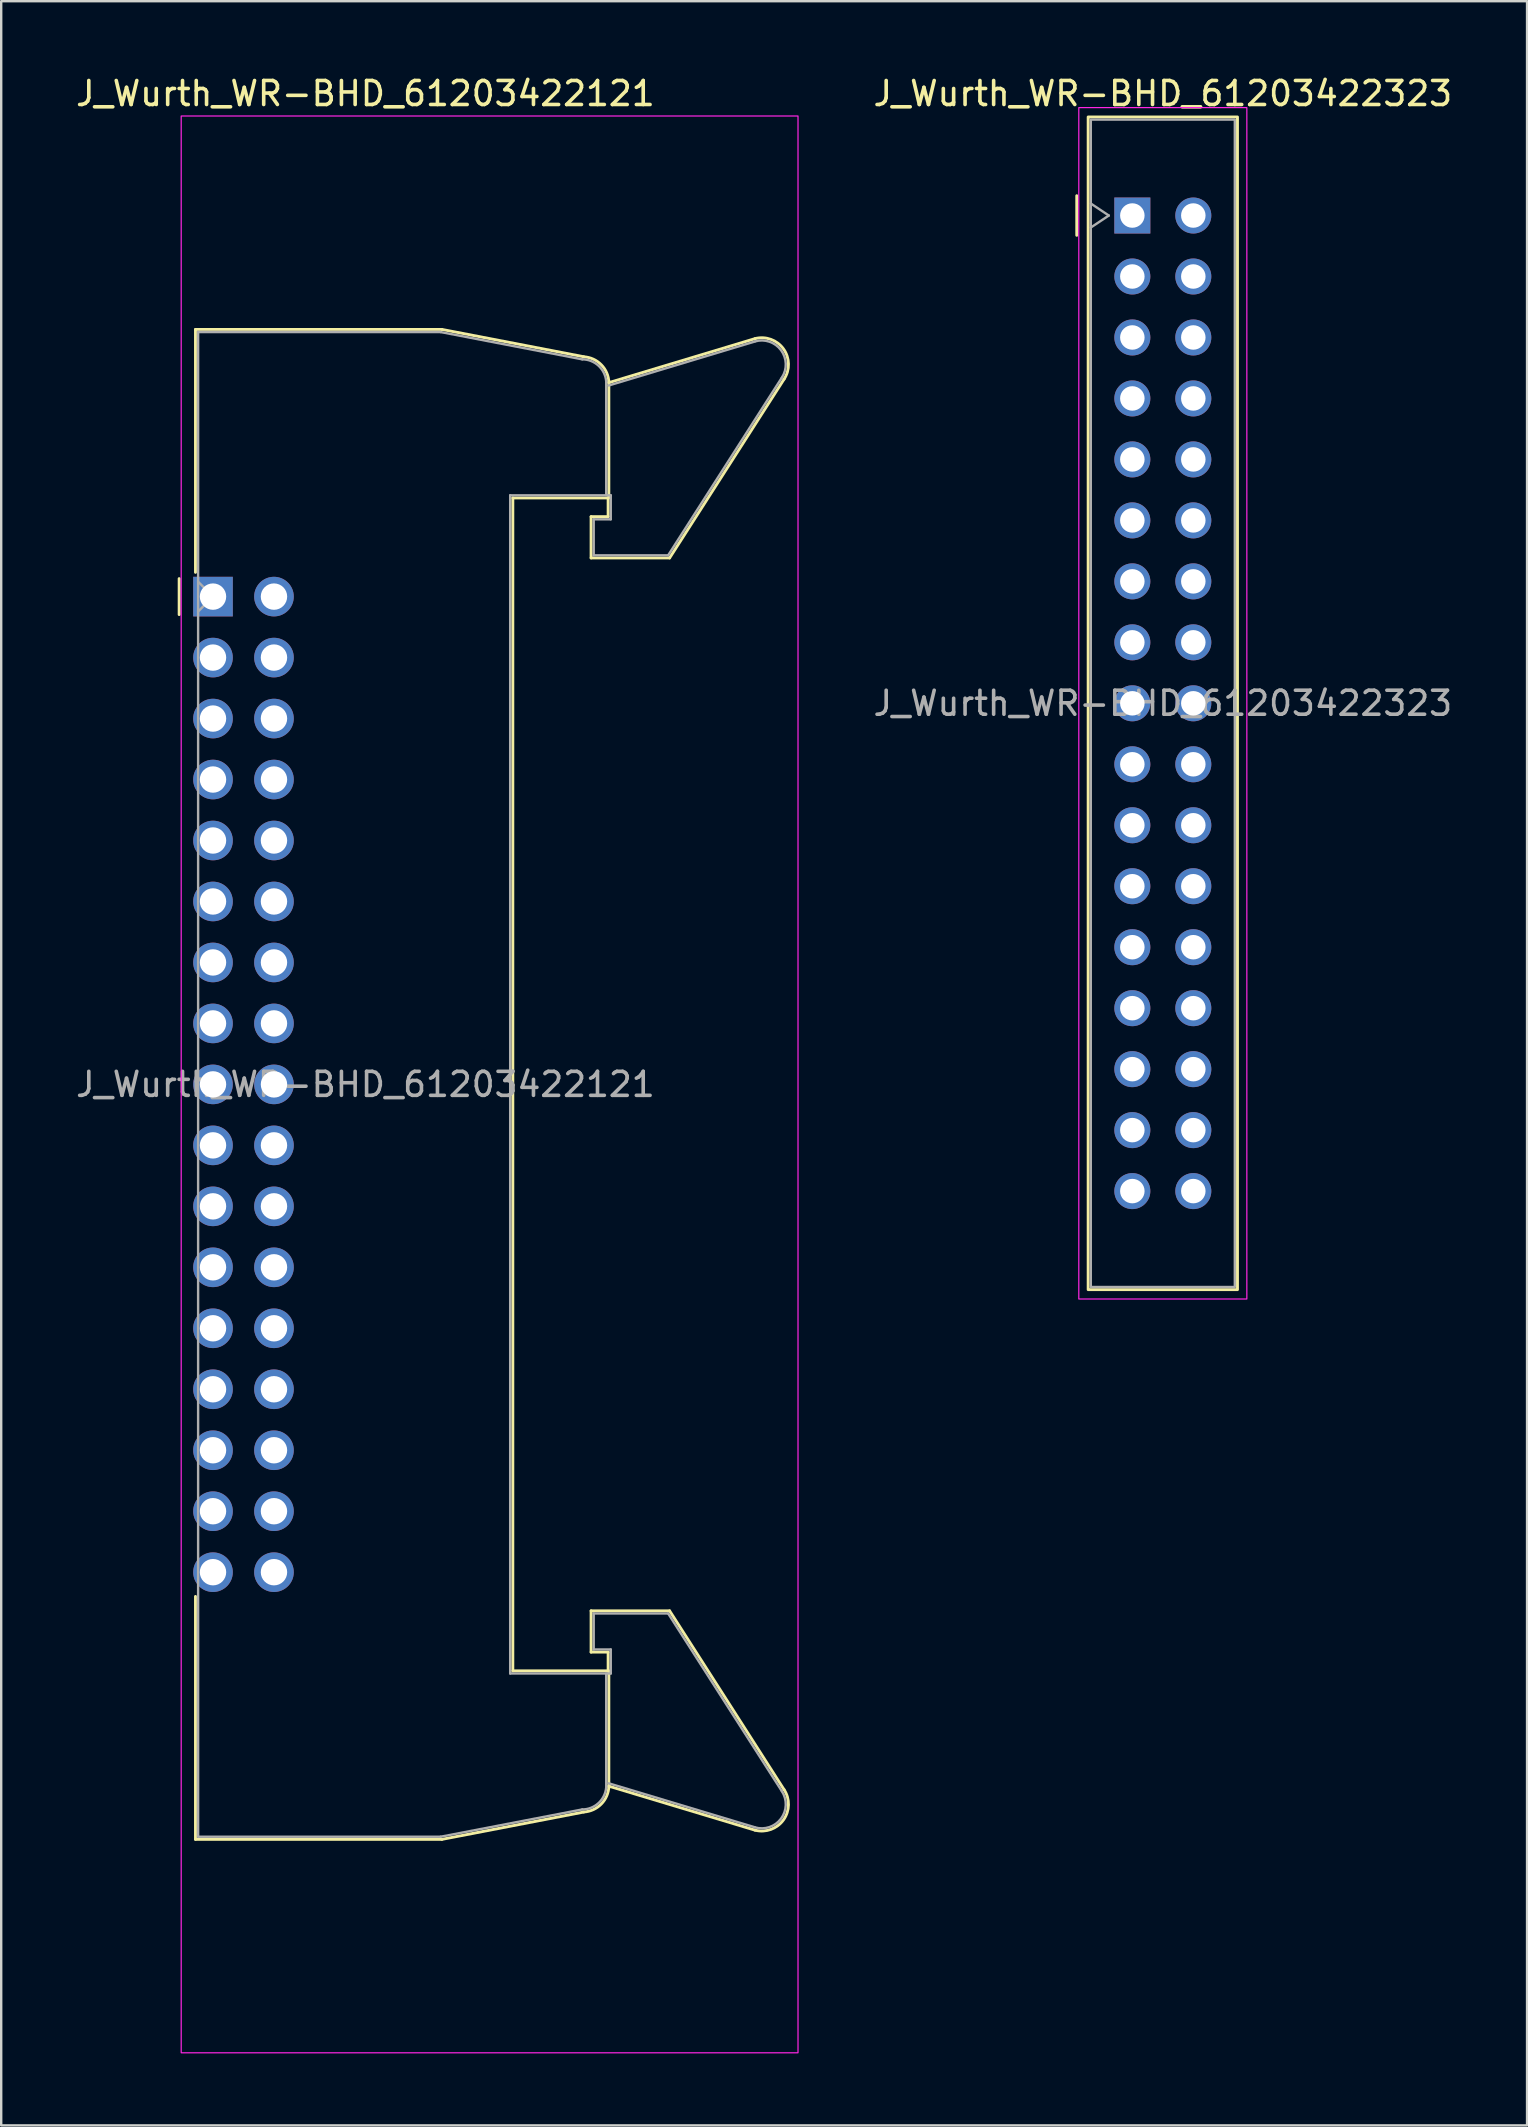
<source format=kicad_pcb>
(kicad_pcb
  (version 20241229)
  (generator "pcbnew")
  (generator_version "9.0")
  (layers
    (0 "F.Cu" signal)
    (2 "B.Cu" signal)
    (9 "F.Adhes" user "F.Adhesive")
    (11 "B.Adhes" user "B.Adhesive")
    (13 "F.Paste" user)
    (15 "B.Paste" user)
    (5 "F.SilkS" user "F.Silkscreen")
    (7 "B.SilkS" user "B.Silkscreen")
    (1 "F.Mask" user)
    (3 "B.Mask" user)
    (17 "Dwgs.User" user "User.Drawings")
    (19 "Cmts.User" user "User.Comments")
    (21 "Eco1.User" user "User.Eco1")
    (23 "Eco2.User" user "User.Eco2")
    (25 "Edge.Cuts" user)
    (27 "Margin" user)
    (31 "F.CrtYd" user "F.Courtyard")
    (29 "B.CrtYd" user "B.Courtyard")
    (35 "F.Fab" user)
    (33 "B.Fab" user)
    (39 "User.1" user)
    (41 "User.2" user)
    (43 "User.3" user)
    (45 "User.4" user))
  (footprint "J_Wurth_WR-BHD_61203422323"
    (layer "F.Cu")
    (at 44.12 5.928)
    (property "Reference" "J_Wurth_WR-BHD_61203422323" (at 1.27 -5.08 0) (unlocked yes) (layer "F.SilkS") (effects (font (size 1 1) (thickness 0.15))))
    (attr through_hole)
    (fp_line (start -2.315 -0.825) (end -2.315 0.825) (stroke (width 0.12) (type solid)) (layer "F.SilkS"))
    (fp_rect (start -1.84 -4.105) (end 4.38 44.745) (stroke (width 0.12) (type solid)) (fill no) (layer "F.SilkS"))
    (fp_rect (start -2.23 -4.495) (end 4.77 45.135) (stroke (width 0.05) (type solid)) (fill no) (layer "F.CrtYd"))
    (fp_line (start -0.98 0) (end -1.73 -0.5) (stroke (width 0.1) (type solid)) (layer "F.Fab"))
    (fp_line (start -0.98 0) (end -1.73 0.5) (stroke (width 0.1) (type solid)) (layer "F.Fab"))
    (fp_rect (start -1.73 -3.995) (end 4.27 44.635) (stroke (width 0.1) (type solid)) (fill no) (layer "F.Fab"))
    (fp_text user "${REFERENCE}" (at 1.27 20.32 0) (unlocked yes) (layer "F.Fab") (effects (font (size 1 1) (thickness 0.15))))
    (pad "1" thru_hole rect (at 0 0 270) (size 1.5 1.5) (drill 1.02) (layers "*.Cu" "*.Mask"))
    (pad "2" thru_hole circle (at 2.54 0 270) (size 1.5 1.5) (drill 1.02) (layers "*.Cu" "*.Mask"))
    (pad "3" thru_hole circle (at 0 2.54 270) (size 1.5 1.5) (drill 1.02) (layers "*.Cu" "*.Mask"))
    (pad "4" thru_hole circle (at 2.54 2.54 270) (size 1.5 1.5) (drill 1.02) (layers "*.Cu" "*.Mask"))
    (pad "5" thru_hole circle (at 0 5.08 270) (size 1.5 1.5) (drill 1.02) (layers "*.Cu" "*.Mask"))
    (pad "6" thru_hole circle (at 2.54 5.08 270) (size 1.5 1.5) (drill 1.02) (layers "*.Cu" "*.Mask"))
    (pad "7" thru_hole circle (at 0 7.62 270) (size 1.5 1.5) (drill 1.02) (layers "*.Cu" "*.Mask"))
    (pad "8" thru_hole circle (at 2.54 7.62 270) (size 1.5 1.5) (drill 1.02) (layers "*.Cu" "*.Mask"))
    (pad "9" thru_hole circle (at 0 10.16 270) (size 1.5 1.5) (drill 1.02) (layers "*.Cu" "*.Mask"))
    (pad "10" thru_hole circle (at 2.54 10.16 270) (size 1.5 1.5) (drill 1.02) (layers "*.Cu" "*.Mask"))
    (pad "11" thru_hole circle (at 0 12.7 270) (size 1.5 1.5) (drill 1.02) (layers "*.Cu" "*.Mask"))
    (pad "12" thru_hole circle (at 2.54 12.7 270) (size 1.5 1.5) (drill 1.02) (layers "*.Cu" "*.Mask"))
    (pad "13" thru_hole circle (at 0 15.24 270) (size 1.5 1.5) (drill 1.02) (layers "*.Cu" "*.Mask"))
    (pad "14" thru_hole circle (at 2.54 15.24 270) (size 1.5 1.5) (drill 1.02) (layers "*.Cu" "*.Mask"))
    (pad "15" thru_hole circle (at 0 17.78 270) (size 1.5 1.5) (drill 1.02) (layers "*.Cu" "*.Mask"))
    (pad "16" thru_hole circle (at 2.54 17.78 270) (size 1.5 1.5) (drill 1.02) (layers "*.Cu" "*.Mask"))
    (pad "17" thru_hole circle (at 0 20.32 270) (size 1.5 1.5) (drill 1.02) (layers "*.Cu" "*.Mask"))
    (pad "18" thru_hole circle (at 2.54 20.32 270) (size 1.5 1.5) (drill 1.02) (layers "*.Cu" "*.Mask"))
    (pad "19" thru_hole circle (at 0 22.86 270) (size 1.5 1.5) (drill 1.02) (layers "*.Cu" "*.Mask"))
    (pad "20" thru_hole circle (at 2.54 22.86 270) (size 1.5 1.5) (drill 1.02) (layers "*.Cu" "*.Mask"))
    (pad "21" thru_hole circle (at 0 25.4 270) (size 1.5 1.5) (drill 1.02) (layers "*.Cu" "*.Mask"))
    (pad "22" thru_hole circle (at 2.54 25.4 270) (size 1.5 1.5) (drill 1.02) (layers "*.Cu" "*.Mask"))
    (pad "23" thru_hole circle (at 0 27.94 270) (size 1.5 1.5) (drill 1.02) (layers "*.Cu" "*.Mask"))
    (pad "24" thru_hole circle (at 2.54 27.94 270) (size 1.5 1.5) (drill 1.02) (layers "*.Cu" "*.Mask"))
    (pad "25" thru_hole circle (at 0 30.48 270) (size 1.5 1.5) (drill 1.02) (layers "*.Cu" "*.Mask"))
    (pad "26" thru_hole circle (at 2.54 30.48 270) (size 1.5 1.5) (drill 1.02) (layers "*.Cu" "*.Mask"))
    (pad "27" thru_hole circle (at 0 33.02 270) (size 1.5 1.5) (drill 1.02) (layers "*.Cu" "*.Mask"))
    (pad "28" thru_hole circle (at 2.54 33.02 270) (size 1.5 1.5) (drill 1.02) (layers "*.Cu" "*.Mask"))
    (pad "29" thru_hole circle (at 0 35.56 270) (size 1.5 1.5) (drill 1.02) (layers "*.Cu" "*.Mask"))
    (pad "30" thru_hole circle (at 2.54 35.56 270) (size 1.5 1.5) (drill 1.02) (layers "*.Cu" "*.Mask"))
    (pad "31" thru_hole circle (at 0 38.1 270) (size 1.5 1.5) (drill 1.02) (layers "*.Cu" "*.Mask"))
    (pad "32" thru_hole circle (at 2.54 38.1 270) (size 1.5 1.5) (drill 1.02) (layers "*.Cu" "*.Mask"))
    (pad "33" thru_hole circle (at 0 40.64 270) (size 1.5 1.5) (drill 1.02) (layers "*.Cu" "*.Mask"))
    (pad "34" thru_hole circle (at 2.54 40.64 270) (size 1.5 1.5) (drill 1.02) (layers "*.Cu" "*.Mask")))
  (footprint "J_Wurth_WR-BHD_61203422121"
    (layer "F.Cu")
    (at 5.823 21.803)
    (property "Reference" "J_Wurth_WR-BHD_61203422121" (at 6.35 -20.955 0) (unlocked yes) (layer "F.SilkS") (effects (font (size 1 1) (thickness 0.15))))
    (attr through_hole)
    (fp_line (start -1.41 -0.75) (end -1.41 0.75) (stroke (width 0.12) (type solid)) (layer "F.SilkS"))
    (fp_line (start -0.73 -11.13) (end -0.73 -1.01) (stroke (width 0.12) (type solid)) (layer "F.SilkS"))
    (fp_line (start -0.73 -11.13) (end 9.534 -11.13) (stroke (width 0.12) (type solid)) (layer "F.SilkS"))
    (fp_line (start -0.73 51.77) (end -0.73 41.65) (stroke (width 0.12) (type solid)) (layer "F.SilkS"))
    (fp_line (start -0.73 51.77) (end 9.534 51.77) (stroke (width 0.12) (type solid)) (layer "F.SilkS"))
    (fp_line (start 9.534 -11.13) (end 15.443 -9.992) (stroke (width 0.12) (type solid)) (layer "F.SilkS"))
    (fp_line (start 9.534 51.77) (end 15.443 50.632) (stroke (width 0.12) (type solid)) (layer "F.SilkS"))
    (fp_line (start 12.49 44.75) (end 12.49 -4.11) (stroke (width 0.12) (type solid)) (layer "F.SilkS"))
    (fp_line (start 15.75 -3.33) (end 15.75 -1.61) (stroke (width 0.12) (type solid)) (layer "F.SilkS"))
    (fp_line (start 15.75 -1.61) (end 19.021 -1.61) (stroke (width 0.12) (type solid)) (layer "F.SilkS"))
    (fp_line (start 15.75 42.25) (end 19.021 42.25) (stroke (width 0.12) (type solid)) (layer "F.SilkS"))
    (fp_line (start 15.75 43.97) (end 15.75 42.25) (stroke (width 0.12) (type solid)) (layer "F.SilkS"))
    (fp_line (start 16.46 -4.11) (end 12.49 -4.11) (stroke (width 0.12) (type solid)) (layer "F.SilkS"))
    (fp_line (start 16.46 -4.11) (end 16.46 -3.33) (stroke (width 0.12) (type solid)) (layer "F.SilkS"))
    (fp_line (start 16.46 -3.33) (end 15.75 -3.33) (stroke (width 0.12) (type solid)) (layer "F.SilkS"))
    (fp_line (start 16.46 43.97) (end 15.75 43.97) (stroke (width 0.12) (type solid)) (layer "F.SilkS"))
    (fp_line (start 16.46 44.75) (end 12.49 44.75) (stroke (width 0.12) (type solid)) (layer "F.SilkS"))
    (fp_line (start 16.46 44.75) (end 16.46 43.97) (stroke (width 0.12) (type solid)) (layer "F.SilkS"))
    (fp_line (start 16.49 -8.975) (end 16.49 -4.11) (stroke (width 0.12) (type solid)) (layer "F.SilkS"))
    (fp_line (start 16.49 49.615) (end 16.49 44.75) (stroke (width 0.12) (type solid)) (layer "F.SilkS"))
    (fp_line (start 19.021 -1.61) (end 23.789 -9.059) (stroke (width 0.12) (type solid)) (layer "F.SilkS"))
    (fp_line (start 19.021 42.25) (end 23.789 49.699) (stroke (width 0.12) (type solid)) (layer "F.SilkS"))
    (fp_line (start 22.581 -10.747) (end 16.491 -8.914) (stroke (width 0.12) (type solid)) (layer "F.SilkS"))
    (fp_line (start 22.581 51.387) (end 16.491 49.554) (stroke (width 0.12) (type solid)) (layer "F.SilkS"))
    (fp_arc (start 15.442979 -9.98974) (mid 16.176162 -9.655638) (end 16.491006 -8.913981) (stroke (width 0.12) (type solid)) (layer "F.SilkS"))
    (fp_arc (start 16.491006 49.553981) (mid 16.176162 50.295638) (end 15.442979 50.62974) (stroke (width 0.12) (type solid)) (layer "F.SilkS"))
    (fp_arc (start 22.581 -10.747) (mid 23.764714 -10.317505) (end 23.789444 -9.058524) (stroke (width 0.12) (type solid)) (layer "F.SilkS"))
    (fp_arc (start 23.789444 49.698524) (mid 23.764714 50.957505) (end 22.581 51.387) (stroke (width 0.12) (type solid)) (layer "F.SilkS"))
    (fp_rect (start -1.325 -20.02) (end 24.37 60.66) (stroke (width 0.05) (type solid)) (fill no) (layer "F.CrtYd"))
    (fp_line (start -0.62 -11.02) (end 9.484 -11.02) (stroke (width 0.1) (type solid)) (layer "F.Fab"))
    (fp_line (start -0.62 51.66) (end -0.62 -11.02) (stroke (width 0.1) (type solid)) (layer "F.Fab"))
    (fp_line (start -0.62 51.66) (end 9.484 51.66) (stroke (width 0.1) (type solid)) (layer "F.Fab"))
    (fp_line (start 0 0) (end -0.62 -0.62) (stroke (width 0.1) (type solid)) (layer "F.Fab"))
    (fp_line (start 0 0) (end -0.62 0.62) (stroke (width 0.1) (type solid)) (layer "F.Fab"))
    (fp_line (start 9.484 -11.02) (end 15.381 -9.884) (stroke (width 0.1) (type solid)) (layer "F.Fab"))
    (fp_line (start 9.484 51.66) (end 15.381 50.524) (stroke (width 0.1) (type solid)) (layer "F.Fab"))
    (fp_line (start 12.38 44.86) (end 12.38 -4.22) (stroke (width 0.1) (type solid)) (layer "F.Fab"))
    (fp_line (start 15.86 -1.72) (end 15.86 -3.22) (stroke (width 0.1) (type solid)) (layer "F.Fab"))
    (fp_line (start 15.86 -1.72) (end 18.96 -1.72) (stroke (width 0.1) (type solid)) (layer "F.Fab"))
    (fp_line (start 15.86 42.36) (end 18.96 42.36) (stroke (width 0.1) (type solid)) (layer "F.Fab"))
    (fp_line (start 15.86 43.86) (end 15.86 42.36) (stroke (width 0.1) (type solid)) (layer "F.Fab"))
    (fp_line (start 16.38 -8.975) (end 16.38 -4.22) (stroke (width 0.1) (type solid)) (layer "F.Fab"))
    (fp_line (start 16.38 49.615) (end 16.38 44.86) (stroke (width 0.1) (type solid)) (layer "F.Fab"))
    (fp_line (start 16.57 -4.22) (end 12.38 -4.22) (stroke (width 0.1) (type solid)) (layer "F.Fab"))
    (fp_line (start 16.57 -4.22) (end 16.57 -3.22) (stroke (width 0.1) (type solid)) (layer "F.Fab"))
    (fp_line (start 16.57 -3.22) (end 15.86 -3.22) (stroke (width 0.1) (type solid)) (layer "F.Fab"))
    (fp_line (start 16.57 43.86) (end 15.86 43.86) (stroke (width 0.1) (type solid)) (layer "F.Fab"))
    (fp_line (start 16.57 44.86) (end 12.38 44.86) (stroke (width 0.1) (type solid)) (layer "F.Fab"))
    (fp_line (start 16.57 44.86) (end 16.57 43.86) (stroke (width 0.1) (type solid)) (layer "F.Fab"))
    (fp_line (start 18.96 -1.72) (end 23.696 -9.12) (stroke (width 0.1) (type solid)) (layer "F.Fab"))
    (fp_line (start 18.96 42.36) (end 23.696 49.76) (stroke (width 0.1) (type solid)) (layer "F.Fab"))
    (fp_line (start 22.571 -10.627) (end 16.481 -8.794) (stroke (width 0.1) (type solid)) (layer "F.Fab"))
    (fp_line (start 22.571 51.267) (end 16.481 49.434) (stroke (width 0.1) (type solid)) (layer "F.Fab"))
    (fp_arc (start 15.380999 -9.884) (mid 16.05791 -9.620576) (end 16.38 -8.969532) (stroke (width 0.1) (type solid)) (layer "F.Fab"))
    (fp_arc (start 16.38 49.609532) (mid 16.05791 50.260576) (end 15.380999 50.524) (stroke (width 0.1) (type solid)) (layer "F.Fab"))
    (fp_arc (start 22.573383 -10.628774) (mid 23.662842 -10.267362) (end 23.696001 -9.12) (stroke (width 0.1) (type solid)) (layer "F.Fab"))
    (fp_arc (start 23.696001 49.76) (mid 23.662842 50.907363) (end 22.573383 51.268774) (stroke (width 0.1) (type solid)) (layer "F.Fab"))
    (fp_text user "${REFERENCE}" (at 6.35 20.32 0) (unlocked yes) (layer "F.Fab") (effects (font (size 1 1) (thickness 0.15))))
    (pad "1" thru_hole rect (at 0 0 90) (size 1.65 1.65) (drill 1.1) (layers "*.Cu" "*.Mask"))
    (pad "2" thru_hole circle (at 2.54 0 90) (size 1.65 1.65) (drill 1.1) (layers "*.Cu" "*.Mask"))
    (pad "3" thru_hole circle (at 0 2.54 90) (size 1.65 1.65) (drill 1.1) (layers "*.Cu" "*.Mask"))
    (pad "4" thru_hole circle (at 2.54 2.54 90) (size 1.65 1.65) (drill 1.1) (layers "*.Cu" "*.Mask"))
    (pad "5" thru_hole circle (at 0 5.08 90) (size 1.65 1.65) (drill 1.1) (layers "*.Cu" "*.Mask"))
    (pad "6" thru_hole circle (at 2.54 5.08 90) (size 1.65 1.65) (drill 1.1) (layers "*.Cu" "*.Mask"))
    (pad "7" thru_hole circle (at 0 7.62 90) (size 1.65 1.65) (drill 1.1) (layers "*.Cu" "*.Mask"))
    (pad "8" thru_hole circle (at 2.54 7.62 90) (size 1.65 1.65) (drill 1.1) (layers "*.Cu" "*.Mask"))
    (pad "9" thru_hole circle (at 0 10.16 90) (size 1.65 1.65) (drill 1.1) (layers "*.Cu" "*.Mask"))
    (pad "10" thru_hole circle (at 2.54 10.16 90) (size 1.65 1.65) (drill 1.1) (layers "*.Cu" "*.Mask"))
    (pad "11" thru_hole circle (at 0 12.7 90) (size 1.65 1.65) (drill 1.1) (layers "*.Cu" "*.Mask"))
    (pad "12" thru_hole circle (at 2.54 12.7 90) (size 1.65 1.65) (drill 1.1) (layers "*.Cu" "*.Mask"))
    (pad "13" thru_hole circle (at 0 15.24 90) (size 1.65 1.65) (drill 1.1) (layers "*.Cu" "*.Mask"))
    (pad "14" thru_hole circle (at 2.54 15.24 90) (size 1.65 1.65) (drill 1.1) (layers "*.Cu" "*.Mask"))
    (pad "15" thru_hole circle (at 0 17.78 90) (size 1.65 1.65) (drill 1.1) (layers "*.Cu" "*.Mask"))
    (pad "16" thru_hole circle (at 2.54 17.78 90) (size 1.65 1.65) (drill 1.1) (layers "*.Cu" "*.Mask"))
    (pad "17" thru_hole circle (at 0 20.32 90) (size 1.65 1.65) (drill 1.1) (layers "*.Cu" "*.Mask"))
    (pad "18" thru_hole circle (at 2.54 20.32 90) (size 1.65 1.65) (drill 1.1) (layers "*.Cu" "*.Mask"))
    (pad "19" thru_hole circle (at 0 22.86 90) (size 1.65 1.65) (drill 1.1) (layers "*.Cu" "*.Mask"))
    (pad "20" thru_hole circle (at 2.54 22.86 90) (size 1.65 1.65) (drill 1.1) (layers "*.Cu" "*.Mask"))
    (pad "21" thru_hole circle (at 0 25.4 90) (size 1.65 1.65) (drill 1.1) (layers "*.Cu" "*.Mask"))
    (pad "22" thru_hole circle (at 2.54 25.4 90) (size 1.65 1.65) (drill 1.1) (layers "*.Cu" "*.Mask"))
    (pad "23" thru_hole circle (at 0 27.94 90) (size 1.65 1.65) (drill 1.1) (layers "*.Cu" "*.Mask"))
    (pad "24" thru_hole circle (at 2.54 27.94 90) (size 1.65 1.65) (drill 1.1) (layers "*.Cu" "*.Mask"))
    (pad "25" thru_hole circle (at 0 30.48 90) (size 1.65 1.65) (drill 1.1) (layers "*.Cu" "*.Mask"))
    (pad "26" thru_hole circle (at 2.54 30.48 90) (size 1.65 1.65) (drill 1.1) (layers "*.Cu" "*.Mask"))
    (pad "27" thru_hole circle (at 0 33.02 90) (size 1.65 1.65) (drill 1.1) (layers "*.Cu" "*.Mask"))
    (pad "28" thru_hole circle (at 2.54 33.02 90) (size 1.65 1.65) (drill 1.1) (layers "*.Cu" "*.Mask"))
    (pad "29" thru_hole circle (at 0 35.56 90) (size 1.65 1.65) (drill 1.1) (layers "*.Cu" "*.Mask"))
    (pad "30" thru_hole circle (at 2.54 35.56 90) (size 1.65 1.65) (drill 1.1) (layers "*.Cu" "*.Mask"))
    (pad "31" thru_hole circle (at 0 38.1 90) (size 1.65 1.65) (drill 1.1) (layers "*.Cu" "*.Mask"))
    (pad "32" thru_hole circle (at 2.54 38.1 90) (size 1.65 1.65) (drill 1.1) (layers "*.Cu" "*.Mask"))
    (pad "33" thru_hole circle (at 0 40.64 90) (size 1.65 1.65) (drill 1.1) (layers "*.Cu" "*.Mask"))
    (pad "34" thru_hole circle (at 2.54 40.64 90) (size 1.65 1.65) (drill 1.1) (layers "*.Cu" "*.Mask")))
  (gr_rect
    (start -3 -3)
    (end 60.563 85.488)
    (stroke (width 0.1) (type default))
    (fill no)
    (layer "Edge.Cuts")))
</source>
